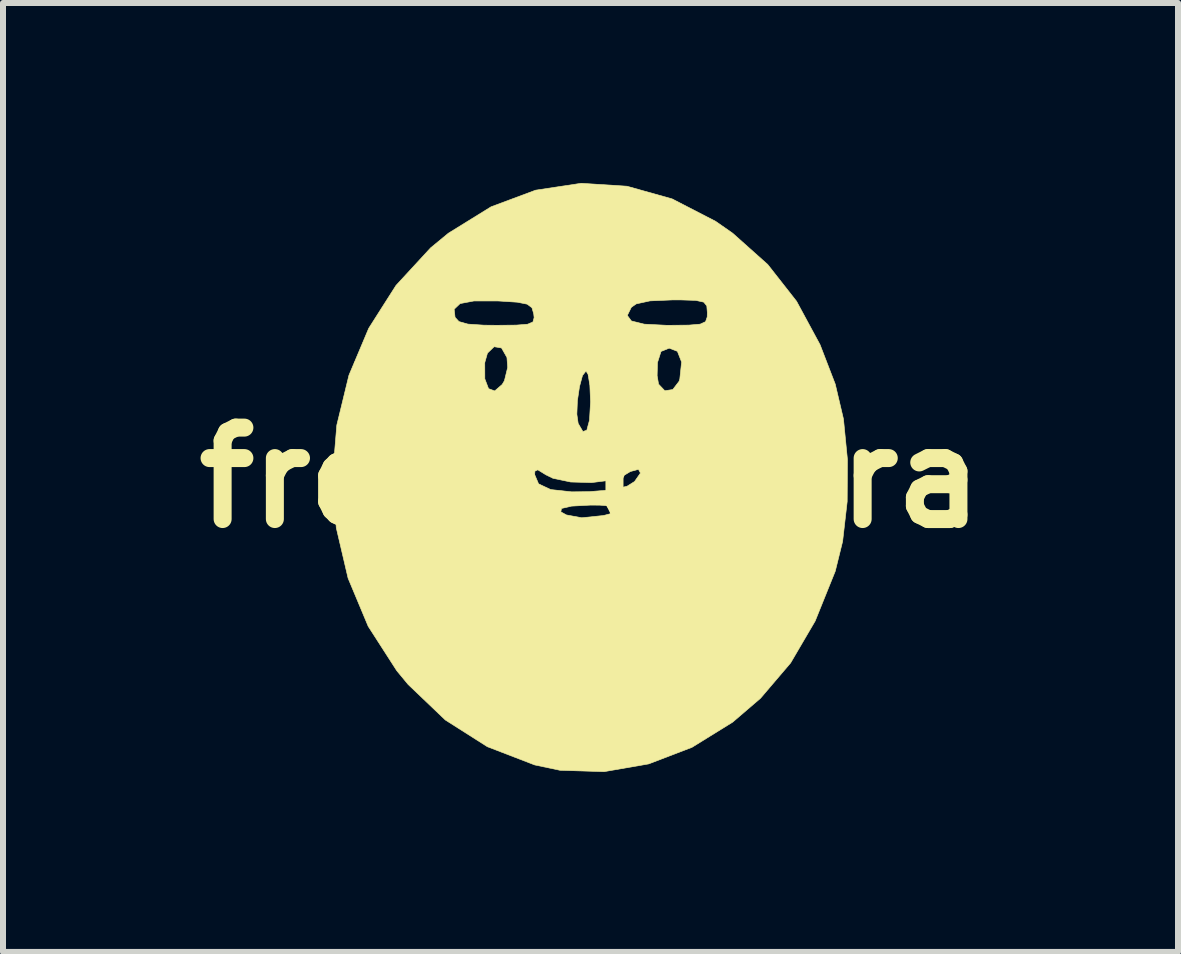
<source format=kicad_pcb>
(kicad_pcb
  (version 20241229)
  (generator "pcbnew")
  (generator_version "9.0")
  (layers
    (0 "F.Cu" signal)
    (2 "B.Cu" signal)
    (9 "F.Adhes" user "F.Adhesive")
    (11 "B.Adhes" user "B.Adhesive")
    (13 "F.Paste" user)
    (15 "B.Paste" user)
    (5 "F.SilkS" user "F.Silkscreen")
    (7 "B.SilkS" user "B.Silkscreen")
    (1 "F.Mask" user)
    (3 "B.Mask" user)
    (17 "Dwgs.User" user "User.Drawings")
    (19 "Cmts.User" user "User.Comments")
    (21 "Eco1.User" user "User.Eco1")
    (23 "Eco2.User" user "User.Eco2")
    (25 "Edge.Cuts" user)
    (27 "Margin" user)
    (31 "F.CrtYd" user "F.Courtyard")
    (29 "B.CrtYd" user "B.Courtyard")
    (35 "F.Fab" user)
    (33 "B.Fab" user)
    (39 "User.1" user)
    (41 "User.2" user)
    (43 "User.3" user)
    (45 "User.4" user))
  (footprint "front_chara"
    (layer "F.Cu")
    (at 6.793 4.912)
    (property "Reference" "front_chara" (at 0 0 0) (layer "F.SilkS") (effects (font (size 1.524 1.524) (thickness 0.3))))
    (attr through_hole)
    (fp_poly (pts (xy 0.608 -4.858) (xy 1.36 -4.647) (xy 2.085 -4.273) (xy 2.369 -4.075) (xy 2.954 -3.553) (xy 3.434 -2.941) (xy 3.826 -2.216) (xy 4.079 -1.559) (xy 4.216 -0.977) (xy 4.282 -0.304) (xy 4.278 0.397) (xy 4.202 1.061) (xy 4.079 1.559) (xy 3.744 2.39) (xy 3.335 3.088) (xy 2.833 3.677) (xy 2.369 4.075) (xy 1.692 4.494) (xy 0.969 4.771) (xy 0.226 4.9) (xy -0.51 4.877) (xy -0.931 4.788) (xy -1.72 4.484) (xy -2.42 4.039) (xy -3.04 3.447) (xy -3.23 3.217) (xy -3.706 2.477) (xy -4.041 1.676) (xy -4.238 0.835) (xy -4.257 0.57) (xy -0.495 0.57) (xy -0.402 0.621) (xy -0.148 0.668) (xy 0.204 0.632) (xy 0.243 0.624) (xy 0.451 0.567) (xy 0.498 0.516) (xy 0.396 0.477) (xy 0.154 0.458) (xy 0 0.457) (xy -0.316 0.474) (xy -0.484 0.513) (xy -0.495 0.57) (xy -4.257 0.57) (xy -4.3 -0.023) (xy -4.297 -0.051) (xy -0.931 -0.051) (xy -0.866 0.103) (xy -0.664 0.198) (xy -0.315 0.236) (xy -0.023 0.233) (xy 0.362 0.202) (xy 0.61 0.142) (xy 0.734 0.064) (xy 0.832 -0.077) (xy 0.799 -0.139) (xy 0.663 -0.102) (xy 0.579 -0.051) (xy 0.343 0.041) (xy 0.016 0.082) (xy -0.331 0.072) (xy -0.626 0.01) (xy -0.743 -0.047) (xy -0.879 -0.131) (xy -0.927 -0.109) (xy -0.931 -0.051) (xy -4.297 -0.051) (xy -4.229 -0.877) (xy -4.185 -1.057) (xy -0.228 -1.057) (xy -0.206 -0.904) (xy -0.127 -0.769) (xy -0.062 -0.792) (xy -0.017 -0.959) (xy -0.000019 -1.258) (xy 0 -1.27) (xy -0.011 -1.538) (xy -0.037 -1.7) (xy 1.11 -1.7) (xy 1.134 -1.559) (xy 1.238 -1.449) (xy 1.371 -1.469) (xy 1.475 -1.605) (xy 1.488 -1.644) (xy 1.518 -1.928) (xy 1.448 -2.106) (xy 1.311 -2.159) (xy 1.175 -2.104) (xy 1.116 -1.919) (xy 1.11 -1.7) (xy -0.037 -1.7) (xy -0.041 -1.722) (xy -0.075 -1.778) (xy -0.134 -1.703) (xy -0.184 -1.518) (xy -0.219 -1.283) (xy -0.228 -1.057) (xy -4.185 -1.057) (xy -4.027 -1.707) (xy -3.938 -1.918) (xy -1.763 -1.918) (xy -1.762 -1.647) (xy -1.7 -1.484) (xy -1.597 -1.446) (xy -1.473 -1.553) (xy -1.435 -1.617) (xy -1.381 -1.838) (xy -1.393 -2.003) (xy -1.483 -2.162) (xy -1.607 -2.183) (xy -1.718 -2.076) (xy -1.763 -1.918) (xy -3.938 -1.918) (xy -3.697 -2.49) (xy -3.495 -2.808) (xy -2.273 -2.808) (xy -2.258 -2.673) (xy -2.193 -2.602) (xy -2.044 -2.56) (xy -1.778 -2.542) (xy -1.563 -2.54) (xy -1.238 -2.543) (xy -1.048 -2.558) (xy -0.96 -2.596) (xy -0.94 -2.668) (xy -0.944 -2.704) (xy 0.613 -2.704) (xy 0.681 -2.612) (xy 0.895 -2.559) (xy 1.265 -2.54) (xy 1.317 -2.54) (xy 1.639 -2.543) (xy 1.827 -2.559) (xy 1.917 -2.6) (xy 1.945 -2.679) (xy 1.947 -2.752) (xy 1.938 -2.863) (xy 1.887 -2.926) (xy 1.755 -2.955) (xy 1.507 -2.963) (xy 1.365 -2.963) (xy 0.991 -2.947) (xy 0.762 -2.897) (xy 0.68 -2.84) (xy 0.613 -2.704) (xy -0.944 -2.704) (xy -0.947 -2.731) (xy -0.976 -2.832) (xy -1.055 -2.892) (xy -1.221 -2.925) (xy -1.514 -2.944) (xy -1.558 -2.946) (xy -1.941 -2.946) (xy -2.174 -2.902) (xy -2.273 -2.808) (xy -3.495 -2.808) (xy -3.242 -3.205) (xy -2.665 -3.831) (xy -2.369 -4.075) (xy -1.658 -4.515) (xy -0.916 -4.792) (xy -0.155 -4.907) (xy 0.608 -4.858)) (stroke (width 0.01) (type solid)) (fill yes) (layer "F.SilkS")))
  (gr_rect
    (start -3 -3)
    (end 16.585 12.817)
    (stroke (width 0.1) (type default))
    (fill no)
    (layer "Edge.Cuts")))
</source>
